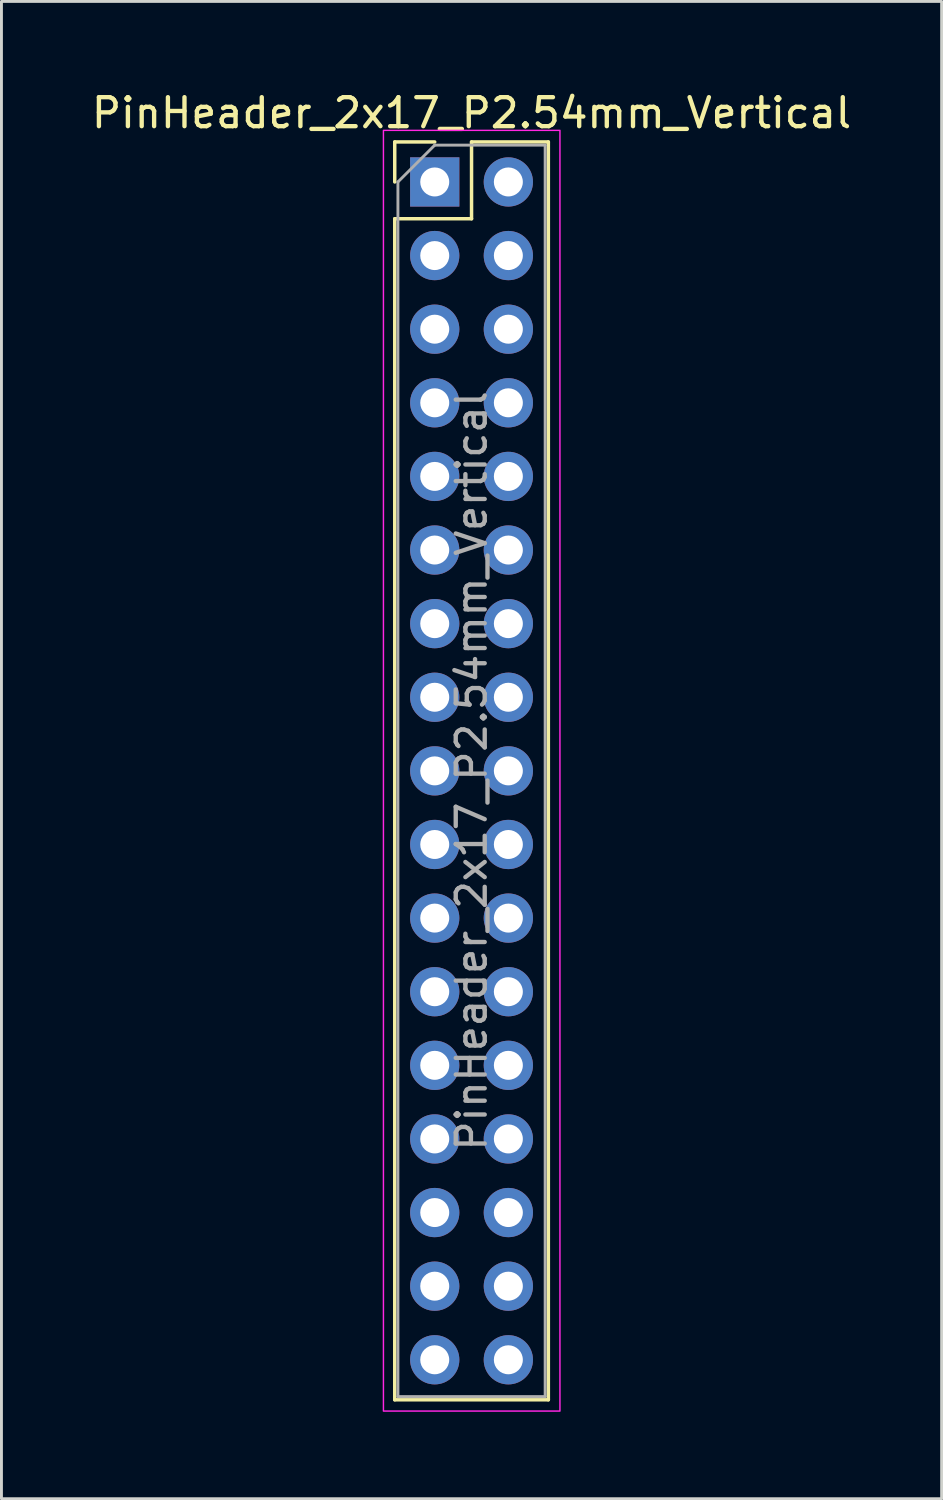
<source format=kicad_pcb>
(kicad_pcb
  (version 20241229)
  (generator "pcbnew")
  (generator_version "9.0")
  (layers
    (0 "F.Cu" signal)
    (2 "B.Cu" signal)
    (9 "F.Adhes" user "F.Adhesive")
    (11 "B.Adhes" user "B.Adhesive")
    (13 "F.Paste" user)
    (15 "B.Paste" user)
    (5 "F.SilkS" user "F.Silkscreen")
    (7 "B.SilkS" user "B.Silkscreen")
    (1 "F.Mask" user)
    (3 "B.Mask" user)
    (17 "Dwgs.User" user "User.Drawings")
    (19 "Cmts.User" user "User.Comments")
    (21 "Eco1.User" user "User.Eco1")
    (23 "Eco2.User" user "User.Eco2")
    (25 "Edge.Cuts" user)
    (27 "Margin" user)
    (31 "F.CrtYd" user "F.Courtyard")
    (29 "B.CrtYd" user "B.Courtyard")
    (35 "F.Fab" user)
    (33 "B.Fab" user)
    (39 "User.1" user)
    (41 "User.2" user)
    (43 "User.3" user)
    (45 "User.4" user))
  (footprint "PinHeader_2x17_P2.54mm_Vertical"
    (layer "F.Cu")
    (at 11.95 3.228)
    (property "Reference" "PinHeader_2x17_P2.54mm_Vertical" (at 1.27 -2.38 0) (layer "F.SilkS") (effects (font (size 1 1) (thickness 0.15))))
    (attr through_hole)
    (fp_line (start -1.38 -1.38) (end 0 -1.38) (stroke (width 0.12) (type solid)) (layer "F.SilkS"))
    (fp_line (start -1.38 0) (end -1.38 -1.38) (stroke (width 0.12) (type solid)) (layer "F.SilkS"))
    (fp_line (start -1.38 1.27) (end -1.38 42.02) (stroke (width 0.12) (type solid)) (layer "F.SilkS"))
    (fp_line (start -1.38 1.27) (end 1.27 1.27) (stroke (width 0.12) (type solid)) (layer "F.SilkS"))
    (fp_line (start -1.38 42.02) (end 3.92 42.02) (stroke (width 0.12) (type solid)) (layer "F.SilkS"))
    (fp_line (start 1.27 -1.38) (end 3.92 -1.38) (stroke (width 0.12) (type solid)) (layer "F.SilkS"))
    (fp_line (start 1.27 1.27) (end 1.27 -1.38) (stroke (width 0.12) (type solid)) (layer "F.SilkS"))
    (fp_line (start 3.92 -1.38) (end 3.92 42.02) (stroke (width 0.12) (type solid)) (layer "F.SilkS"))
    (fp_rect (start -1.77 -1.78) (end 4.32 42.41) (stroke (width 0.05) (type solid)) (fill no) (layer "F.CrtYd"))
    (fp_line (start -1.27 0) (end 0 -1.27) (stroke (width 0.1) (type solid)) (layer "F.Fab"))
    (fp_line (start -1.27 41.91) (end -1.27 0) (stroke (width 0.1) (type solid)) (layer "F.Fab"))
    (fp_line (start 0 -1.27) (end 3.81 -1.27) (stroke (width 0.1) (type solid)) (layer "F.Fab"))
    (fp_line (start 3.81 -1.27) (end 3.81 41.91) (stroke (width 0.1) (type solid)) (layer "F.Fab"))
    (fp_line (start 3.81 41.91) (end -1.27 41.91) (stroke (width 0.1) (type solid)) (layer "F.Fab"))
    (fp_text user "${REFERENCE}" (at 1.27 20.32 90) (layer "F.Fab") (effects (font (size 1 1) (thickness 0.15))))
    (pad "1" thru_hole rect (at 0 0) (size 1.7 1.7) (drill 1) (layers "*.Cu" "*.Mask"))
    (pad "2" thru_hole circle (at 2.54 0) (size 1.7 1.7) (drill 1) (layers "*.Cu" "*.Mask"))
    (pad "3" thru_hole circle (at 0 2.54) (size 1.7 1.7) (drill 1) (layers "*.Cu" "*.Mask"))
    (pad "4" thru_hole circle (at 2.54 2.54) (size 1.7 1.7) (drill 1) (layers "*.Cu" "*.Mask"))
    (pad "5" thru_hole circle (at 0 5.08) (size 1.7 1.7) (drill 1) (layers "*.Cu" "*.Mask"))
    (pad "6" thru_hole circle (at 2.54 5.08) (size 1.7 1.7) (drill 1) (layers "*.Cu" "*.Mask"))
    (pad "7" thru_hole circle (at 0 7.62) (size 1.7 1.7) (drill 1) (layers "*.Cu" "*.Mask"))
    (pad "8" thru_hole circle (at 2.54 7.62) (size 1.7 1.7) (drill 1) (layers "*.Cu" "*.Mask"))
    (pad "9" thru_hole circle (at 0 10.16) (size 1.7 1.7) (drill 1) (layers "*.Cu" "*.Mask"))
    (pad "10" thru_hole circle (at 2.54 10.16) (size 1.7 1.7) (drill 1) (layers "*.Cu" "*.Mask"))
    (pad "11" thru_hole circle (at 0 12.7) (size 1.7 1.7) (drill 1) (layers "*.Cu" "*.Mask"))
    (pad "12" thru_hole circle (at 2.54 12.7) (size 1.7 1.7) (drill 1) (layers "*.Cu" "*.Mask"))
    (pad "13" thru_hole circle (at 0 15.24) (size 1.7 1.7) (drill 1) (layers "*.Cu" "*.Mask"))
    (pad "14" thru_hole circle (at 2.54 15.24) (size 1.7 1.7) (drill 1) (layers "*.Cu" "*.Mask"))
    (pad "15" thru_hole circle (at 0 17.78) (size 1.7 1.7) (drill 1) (layers "*.Cu" "*.Mask"))
    (pad "16" thru_hole circle (at 2.54 17.78) (size 1.7 1.7) (drill 1) (layers "*.Cu" "*.Mask"))
    (pad "17" thru_hole circle (at 0 20.32) (size 1.7 1.7) (drill 1) (layers "*.Cu" "*.Mask"))
    (pad "18" thru_hole circle (at 2.54 20.32) (size 1.7 1.7) (drill 1) (layers "*.Cu" "*.Mask"))
    (pad "19" thru_hole circle (at 0 22.86) (size 1.7 1.7) (drill 1) (layers "*.Cu" "*.Mask"))
    (pad "20" thru_hole circle (at 2.54 22.86) (size 1.7 1.7) (drill 1) (layers "*.Cu" "*.Mask"))
    (pad "21" thru_hole circle (at 0 25.4) (size 1.7 1.7) (drill 1) (layers "*.Cu" "*.Mask"))
    (pad "22" thru_hole circle (at 2.54 25.4) (size 1.7 1.7) (drill 1) (layers "*.Cu" "*.Mask"))
    (pad "23" thru_hole circle (at 0 27.94) (size 1.7 1.7) (drill 1) (layers "*.Cu" "*.Mask"))
    (pad "24" thru_hole circle (at 2.54 27.94) (size 1.7 1.7) (drill 1) (layers "*.Cu" "*.Mask"))
    (pad "25" thru_hole circle (at 0 30.48) (size 1.7 1.7) (drill 1) (layers "*.Cu" "*.Mask"))
    (pad "26" thru_hole circle (at 2.54 30.48) (size 1.7 1.7) (drill 1) (layers "*.Cu" "*.Mask"))
    (pad "27" thru_hole circle (at 0 33.02) (size 1.7 1.7) (drill 1) (layers "*.Cu" "*.Mask"))
    (pad "28" thru_hole circle (at 2.54 33.02) (size 1.7 1.7) (drill 1) (layers "*.Cu" "*.Mask"))
    (pad "29" thru_hole circle (at 0 35.56) (size 1.7 1.7) (drill 1) (layers "*.Cu" "*.Mask"))
    (pad "30" thru_hole circle (at 2.54 35.56) (size 1.7 1.7) (drill 1) (layers "*.Cu" "*.Mask"))
    (pad "31" thru_hole circle (at 0 38.1) (size 1.7 1.7) (drill 1) (layers "*.Cu" "*.Mask"))
    (pad "32" thru_hole circle (at 2.54 38.1) (size 1.7 1.7) (drill 1) (layers "*.Cu" "*.Mask"))
    (pad "33" thru_hole circle (at 0 40.64) (size 1.7 1.7) (drill 1) (layers "*.Cu" "*.Mask"))
    (pad "34" thru_hole circle (at 2.54 40.64) (size 1.7 1.7) (drill 1) (layers "*.Cu" "*.Mask")))
  (gr_rect
    (start -3 -3)
    (end 29.44 48.663)
    (stroke (width 0.1) (type default))
    (fill no)
    (layer "Edge.Cuts")))
</source>
